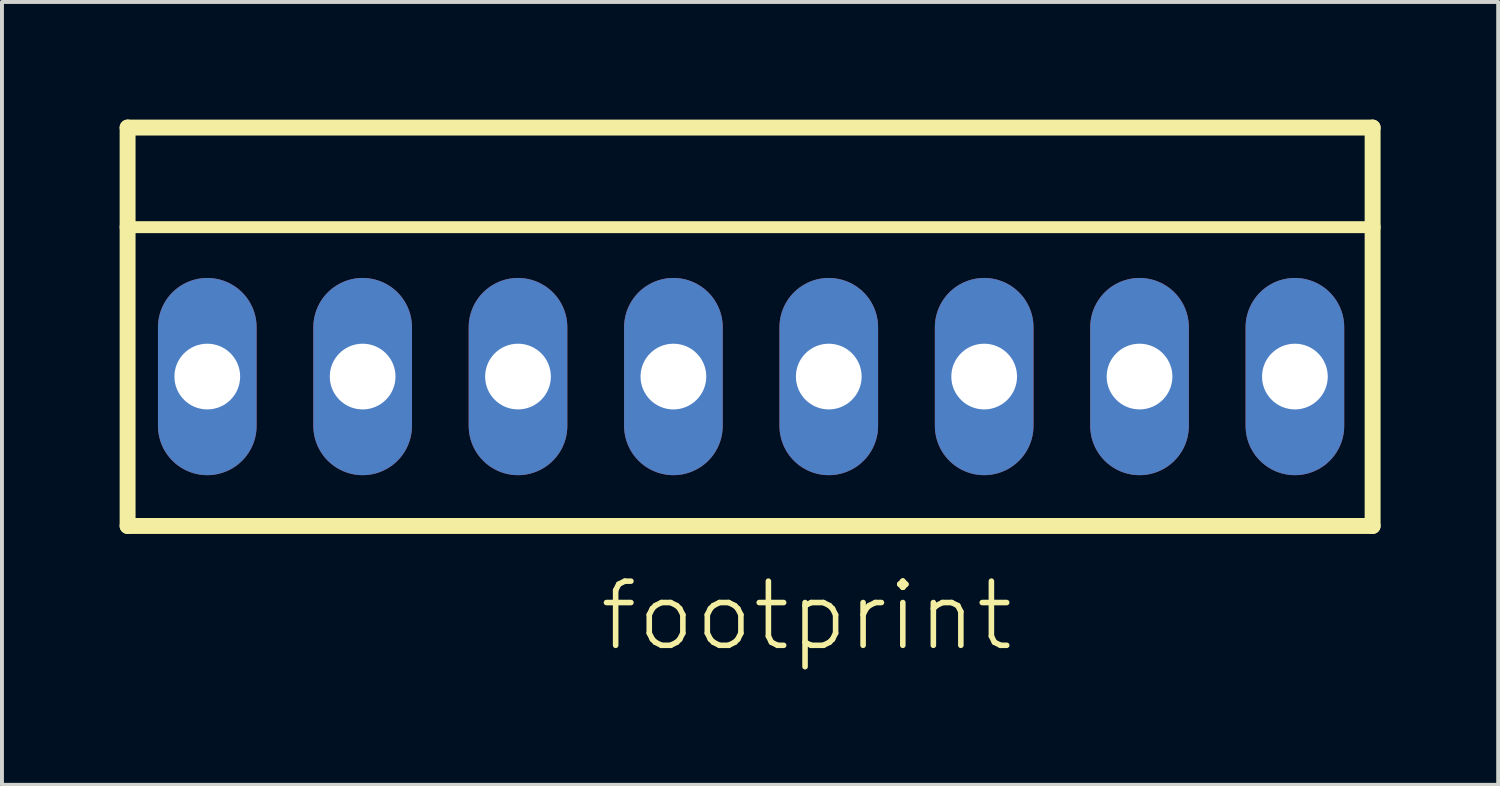
<source format=kicad_pcb>
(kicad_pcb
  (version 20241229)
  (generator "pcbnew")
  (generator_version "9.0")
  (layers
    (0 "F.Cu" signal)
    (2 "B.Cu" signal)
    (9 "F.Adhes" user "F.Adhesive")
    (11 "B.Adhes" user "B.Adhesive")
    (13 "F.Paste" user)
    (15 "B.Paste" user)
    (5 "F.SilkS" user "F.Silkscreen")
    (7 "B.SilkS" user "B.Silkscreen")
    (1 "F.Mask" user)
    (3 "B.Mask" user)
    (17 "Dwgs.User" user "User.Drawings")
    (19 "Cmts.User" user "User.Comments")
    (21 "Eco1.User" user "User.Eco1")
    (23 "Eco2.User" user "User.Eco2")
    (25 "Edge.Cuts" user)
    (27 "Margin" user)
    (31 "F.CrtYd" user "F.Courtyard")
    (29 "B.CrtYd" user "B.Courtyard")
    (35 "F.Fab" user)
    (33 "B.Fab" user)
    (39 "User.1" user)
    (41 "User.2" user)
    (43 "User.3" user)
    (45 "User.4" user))
  (footprint "footprint"
    (layer "F.Cu")
    (at 16.104 6.553)
    (property "Reference" "footprint" (at -3.937 7.061 0) (layer "F.SilkS") (effects (font (size 1.636 1.636) (thickness 0.142)) (justify left bottom)))
    (fp_line (start -15.9 -6.35) (end 15.85 -6.35) (stroke (width 0.406) (type solid)) (layer "F.SilkS"))
    (fp_line (start -15.9 -3.81) (end -15.9 -6.35) (stroke (width 0.406) (type solid)) (layer "F.SilkS"))
    (fp_line (start -15.9 -3.81) (end 15.85 -3.81) (stroke (width 0.305) (type solid)) (layer "F.SilkS"))
    (fp_line (start -15.9 3.81) (end -15.9 -3.81) (stroke (width 0.406) (type solid)) (layer "F.SilkS"))
    (fp_line (start -15.9 3.81) (end 15.85 3.81) (stroke (width 0.406) (type solid)) (layer "F.SilkS"))
    (fp_line (start 15.85 -6.35) (end 15.85 -3.81) (stroke (width 0.406) (type solid)) (layer "F.SilkS"))
    (fp_line (start 15.85 -3.81) (end 15.85 3.81) (stroke (width 0.406) (type solid)) (layer "F.SilkS"))
    (fp_poly (pts (xy -14.376 0.508) (xy -13.36 0.508) (xy -13.36 -0.508) (xy -14.376 -0.508)) (stroke (width 0) (type solid)) (fill yes) (layer "F.SilkS"))
    (fp_poly (pts (xy -10.414 0.508) (xy -9.398 0.508) (xy -9.398 -0.508) (xy -10.414 -0.508)) (stroke (width 0) (type solid)) (fill yes) (layer "F.SilkS"))
    (fp_poly (pts (xy -6.452 0.508) (xy -5.436 0.508) (xy -5.436 -0.508) (xy -6.452 -0.508)) (stroke (width 0) (type solid)) (fill yes) (layer "F.SilkS"))
    (fp_poly (pts (xy -2.489 0.508) (xy -1.473 0.508) (xy -1.473 -0.508) (xy -2.489 -0.508)) (stroke (width 0) (type solid)) (fill yes) (layer "F.SilkS"))
    (fp_poly (pts (xy 1.473 0.508) (xy 2.489 0.508) (xy 2.489 -0.508) (xy 1.473 -0.508)) (stroke (width 0) (type solid)) (fill yes) (layer "F.SilkS"))
    (fp_poly (pts (xy 5.436 0.508) (xy 6.452 0.508) (xy 6.452 -0.508) (xy 5.436 -0.508)) (stroke (width 0) (type solid)) (fill yes) (layer "F.SilkS"))
    (fp_poly (pts (xy 9.398 0.508) (xy 10.414 0.508) (xy 10.414 -0.508) (xy 9.398 -0.508)) (stroke (width 0) (type solid)) (fill yes) (layer "F.SilkS"))
    (fp_poly (pts (xy 13.36 0.508) (xy 14.376 0.508) (xy 14.376 -0.508) (xy 13.36 -0.508)) (stroke (width 0) (type solid)) (fill yes) (layer "F.SilkS"))
    (pad "1" thru_hole oval (at 13.868 0 90) (size 5.029 2.515) (drill 1.676) (layers "*.Cu" "*.Mask"))
    (pad "2" thru_hole oval (at 9.906 0 90) (size 5.029 2.515) (drill 1.676) (layers "*.Cu" "*.Mask"))
    (pad "3" thru_hole oval (at 5.944 0 90) (size 5.029 2.515) (drill 1.676) (layers "*.Cu" "*.Mask"))
    (pad "4" thru_hole oval (at 1.981 0 90) (size 5.029 2.515) (drill 1.676) (layers "*.Cu" "*.Mask"))
    (pad "5" thru_hole oval (at -1.981 0 90) (size 5.029 2.515) (drill 1.676) (layers "*.Cu" "*.Mask"))
    (pad "6" thru_hole oval (at -5.944 0 90) (size 5.029 2.515) (drill 1.676) (layers "*.Cu" "*.Mask"))
    (pad "7" thru_hole oval (at -9.906 0 90) (size 5.029 2.515) (drill 1.676) (layers "*.Cu" "*.Mask"))
    (pad "8" thru_hole oval (at -13.868 0 90) (size 5.029 2.515) (drill 1.676) (layers "*.Cu" "*.Mask")))
  (gr_rect
    (start -3 -3)
    (end 35.156 16.965)
    (stroke (width 0.1) (type default))
    (fill no)
    (layer "Edge.Cuts")))
</source>
